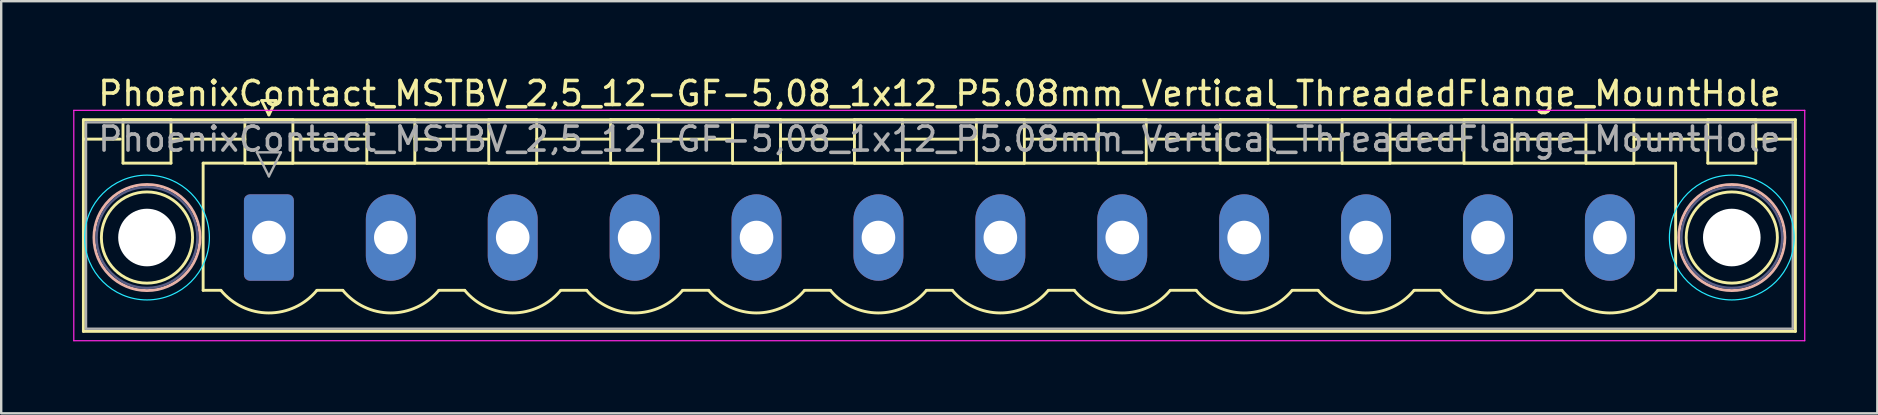
<source format=kicad_pcb>
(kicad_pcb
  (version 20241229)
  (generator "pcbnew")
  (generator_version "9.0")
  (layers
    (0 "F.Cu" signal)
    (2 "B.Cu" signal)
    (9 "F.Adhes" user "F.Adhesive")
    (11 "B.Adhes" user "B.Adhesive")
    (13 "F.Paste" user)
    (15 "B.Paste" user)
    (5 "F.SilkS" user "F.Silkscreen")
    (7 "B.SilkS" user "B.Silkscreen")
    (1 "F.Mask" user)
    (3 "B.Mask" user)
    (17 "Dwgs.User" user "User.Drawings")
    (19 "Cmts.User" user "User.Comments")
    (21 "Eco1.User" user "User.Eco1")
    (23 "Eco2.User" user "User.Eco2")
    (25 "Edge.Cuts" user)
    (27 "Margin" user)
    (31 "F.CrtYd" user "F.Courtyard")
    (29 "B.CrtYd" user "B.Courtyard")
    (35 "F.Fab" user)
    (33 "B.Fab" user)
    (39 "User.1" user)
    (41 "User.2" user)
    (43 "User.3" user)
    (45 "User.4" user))
  (footprint "PhoenixContact_MSTBV_2,5_12-GF-5,08_1x12_P5.08mm_Vertical_ThreadedFlange_MountHole"
    (layer "F.Cu")
    (at 8.155 6.848)
    (property "Reference" "PhoenixContact_MSTBV_2,5_12-GF-5,08_1x12_P5.08mm_Vertical_ThreadedFlange_MountHole" (at 27.94 -6 0) (layer "F.SilkS") (effects (font (size 1 1) (thickness 0.15))))
    (attr through_hole)
    (fp_line (start -7.73 -4.91) (end -7.73 3.91) (stroke (width 0.12) (type solid)) (layer "F.SilkS"))
    (fp_line (start -7.73 -4.1) (end -6.19 -4.1) (stroke (width 0.12) (type solid)) (layer "F.SilkS"))
    (fp_line (start -7.73 3.91) (end 63.61 3.91) (stroke (width 0.12) (type solid)) (layer "F.SilkS"))
    (fp_line (start -6.08 -4.91) (end -4.08 -4.91) (stroke (width 0.12) (type solid)) (layer "F.SilkS"))
    (fp_line (start -6.08 -3.1) (end -6.08 -4.91) (stroke (width 0.12) (type solid)) (layer "F.SilkS"))
    (fp_line (start -4.08 -4.91) (end -4.08 -3.1) (stroke (width 0.12) (type solid)) (layer "F.SilkS"))
    (fp_line (start -4.08 -4.1) (end -1 -4.1) (stroke (width 0.12) (type solid)) (layer "F.SilkS"))
    (fp_line (start -4.08 -3.1) (end -6.08 -3.1) (stroke (width 0.12) (type solid)) (layer "F.SilkS"))
    (fp_line (start -2.74 -3.1) (end 58.62 -3.1) (stroke (width 0.12) (type solid)) (layer "F.SilkS"))
    (fp_line (start -2.74 2.2) (end -2.74 -3.1) (stroke (width 0.12) (type solid)) (layer "F.SilkS"))
    (fp_line (start -2 2.2) (end -2.74 2.2) (stroke (width 0.12) (type solid)) (layer "F.SilkS"))
    (fp_line (start -1 -4.91) (end 1 -4.91) (stroke (width 0.12) (type solid)) (layer "F.SilkS"))
    (fp_line (start -1 -3.1) (end -1 -4.91) (stroke (width 0.12) (type solid)) (layer "F.SilkS"))
    (fp_line (start -0.3 -5.71) (end 0.3 -5.71) (stroke (width 0.12) (type solid)) (layer "F.SilkS"))
    (fp_line (start 0 -5.11) (end -0.3 -5.71) (stroke (width 0.12) (type solid)) (layer "F.SilkS"))
    (fp_line (start 0.3 -5.71) (end 0 -5.11) (stroke (width 0.12) (type solid)) (layer "F.SilkS"))
    (fp_line (start 1 -4.91) (end 1 -3.1) (stroke (width 0.12) (type solid)) (layer "F.SilkS"))
    (fp_line (start 1 -4.1) (end 4.08 -4.1) (stroke (width 0.12) (type solid)) (layer "F.SilkS"))
    (fp_line (start 1 -3.1) (end -1 -3.1) (stroke (width 0.12) (type solid)) (layer "F.SilkS"))
    (fp_line (start 2 2.2) (end 3.08 2.2) (stroke (width 0.12) (type solid)) (layer "F.SilkS"))
    (fp_line (start 4.08 -4.91) (end 6.08 -4.91) (stroke (width 0.12) (type solid)) (layer "F.SilkS"))
    (fp_line (start 4.08 -3.1) (end 4.08 -4.91) (stroke (width 0.12) (type solid)) (layer "F.SilkS"))
    (fp_line (start 6.08 -4.91) (end 6.08 -3.1) (stroke (width 0.12) (type solid)) (layer "F.SilkS"))
    (fp_line (start 6.08 -4.1) (end 9.16 -4.1) (stroke (width 0.12) (type solid)) (layer "F.SilkS"))
    (fp_line (start 6.08 -3.1) (end 4.08 -3.1) (stroke (width 0.12) (type solid)) (layer "F.SilkS"))
    (fp_line (start 7.08 2.2) (end 8.16 2.2) (stroke (width 0.12) (type solid)) (layer "F.SilkS"))
    (fp_line (start 9.16 -4.91) (end 11.16 -4.91) (stroke (width 0.12) (type solid)) (layer "F.SilkS"))
    (fp_line (start 9.16 -3.1) (end 9.16 -4.91) (stroke (width 0.12) (type solid)) (layer "F.SilkS"))
    (fp_line (start 11.16 -4.91) (end 11.16 -3.1) (stroke (width 0.12) (type solid)) (layer "F.SilkS"))
    (fp_line (start 11.16 -4.1) (end 14.24 -4.1) (stroke (width 0.12) (type solid)) (layer "F.SilkS"))
    (fp_line (start 11.16 -3.1) (end 9.16 -3.1) (stroke (width 0.12) (type solid)) (layer "F.SilkS"))
    (fp_line (start 12.16 2.2) (end 13.24 2.2) (stroke (width 0.12) (type solid)) (layer "F.SilkS"))
    (fp_line (start 14.24 -4.91) (end 16.24 -4.91) (stroke (width 0.12) (type solid)) (layer "F.SilkS"))
    (fp_line (start 14.24 -3.1) (end 14.24 -4.91) (stroke (width 0.12) (type solid)) (layer "F.SilkS"))
    (fp_line (start 16.24 -4.91) (end 16.24 -3.1) (stroke (width 0.12) (type solid)) (layer "F.SilkS"))
    (fp_line (start 16.24 -4.1) (end 19.32 -4.1) (stroke (width 0.12) (type solid)) (layer "F.SilkS"))
    (fp_line (start 16.24 -3.1) (end 14.24 -3.1) (stroke (width 0.12) (type solid)) (layer "F.SilkS"))
    (fp_line (start 17.24 2.2) (end 18.32 2.2) (stroke (width 0.12) (type solid)) (layer "F.SilkS"))
    (fp_line (start 19.32 -4.91) (end 21.32 -4.91) (stroke (width 0.12) (type solid)) (layer "F.SilkS"))
    (fp_line (start 19.32 -3.1) (end 19.32 -4.91) (stroke (width 0.12) (type solid)) (layer "F.SilkS"))
    (fp_line (start 21.32 -4.91) (end 21.32 -3.1) (stroke (width 0.12) (type solid)) (layer "F.SilkS"))
    (fp_line (start 21.32 -4.1) (end 24.4 -4.1) (stroke (width 0.12) (type solid)) (layer "F.SilkS"))
    (fp_line (start 21.32 -3.1) (end 19.32 -3.1) (stroke (width 0.12) (type solid)) (layer "F.SilkS"))
    (fp_line (start 22.32 2.2) (end 23.4 2.2) (stroke (width 0.12) (type solid)) (layer "F.SilkS"))
    (fp_line (start 24.4 -4.91) (end 26.4 -4.91) (stroke (width 0.12) (type solid)) (layer "F.SilkS"))
    (fp_line (start 24.4 -3.1) (end 24.4 -4.91) (stroke (width 0.12) (type solid)) (layer "F.SilkS"))
    (fp_line (start 26.4 -4.91) (end 26.4 -3.1) (stroke (width 0.12) (type solid)) (layer "F.SilkS"))
    (fp_line (start 26.4 -4.1) (end 29.48 -4.1) (stroke (width 0.12) (type solid)) (layer "F.SilkS"))
    (fp_line (start 26.4 -3.1) (end 24.4 -3.1) (stroke (width 0.12) (type solid)) (layer "F.SilkS"))
    (fp_line (start 27.4 2.2) (end 28.48 2.2) (stroke (width 0.12) (type solid)) (layer "F.SilkS"))
    (fp_line (start 29.48 -4.91) (end 31.48 -4.91) (stroke (width 0.12) (type solid)) (layer "F.SilkS"))
    (fp_line (start 29.48 -3.1) (end 29.48 -4.91) (stroke (width 0.12) (type solid)) (layer "F.SilkS"))
    (fp_line (start 31.48 -4.91) (end 31.48 -3.1) (stroke (width 0.12) (type solid)) (layer "F.SilkS"))
    (fp_line (start 31.48 -4.1) (end 34.56 -4.1) (stroke (width 0.12) (type solid)) (layer "F.SilkS"))
    (fp_line (start 31.48 -3.1) (end 29.48 -3.1) (stroke (width 0.12) (type solid)) (layer "F.SilkS"))
    (fp_line (start 32.48 2.2) (end 33.56 2.2) (stroke (width 0.12) (type solid)) (layer "F.SilkS"))
    (fp_line (start 34.56 -4.91) (end 36.56 -4.91) (stroke (width 0.12) (type solid)) (layer "F.SilkS"))
    (fp_line (start 34.56 -3.1) (end 34.56 -4.91) (stroke (width 0.12) (type solid)) (layer "F.SilkS"))
    (fp_line (start 36.56 -4.91) (end 36.56 -3.1) (stroke (width 0.12) (type solid)) (layer "F.SilkS"))
    (fp_line (start 36.56 -4.1) (end 39.64 -4.1) (stroke (width 0.12) (type solid)) (layer "F.SilkS"))
    (fp_line (start 36.56 -3.1) (end 34.56 -3.1) (stroke (width 0.12) (type solid)) (layer "F.SilkS"))
    (fp_line (start 37.56 2.2) (end 38.64 2.2) (stroke (width 0.12) (type solid)) (layer "F.SilkS"))
    (fp_line (start 39.64 -4.91) (end 41.64 -4.91) (stroke (width 0.12) (type solid)) (layer "F.SilkS"))
    (fp_line (start 39.64 -3.1) (end 39.64 -4.91) (stroke (width 0.12) (type solid)) (layer "F.SilkS"))
    (fp_line (start 41.64 -4.91) (end 41.64 -3.1) (stroke (width 0.12) (type solid)) (layer "F.SilkS"))
    (fp_line (start 41.64 -4.1) (end 44.72 -4.1) (stroke (width 0.12) (type solid)) (layer "F.SilkS"))
    (fp_line (start 41.64 -3.1) (end 39.64 -3.1) (stroke (width 0.12) (type solid)) (layer "F.SilkS"))
    (fp_line (start 42.64 2.2) (end 43.72 2.2) (stroke (width 0.12) (type solid)) (layer "F.SilkS"))
    (fp_line (start 44.72 -4.91) (end 46.72 -4.91) (stroke (width 0.12) (type solid)) (layer "F.SilkS"))
    (fp_line (start 44.72 -3.1) (end 44.72 -4.91) (stroke (width 0.12) (type solid)) (layer "F.SilkS"))
    (fp_line (start 46.72 -4.91) (end 46.72 -3.1) (stroke (width 0.12) (type solid)) (layer "F.SilkS"))
    (fp_line (start 46.72 -4.1) (end 49.8 -4.1) (stroke (width 0.12) (type solid)) (layer "F.SilkS"))
    (fp_line (start 46.72 -3.1) (end 44.72 -3.1) (stroke (width 0.12) (type solid)) (layer "F.SilkS"))
    (fp_line (start 47.72 2.2) (end 48.8 2.2) (stroke (width 0.12) (type solid)) (layer "F.SilkS"))
    (fp_line (start 49.8 -4.91) (end 51.8 -4.91) (stroke (width 0.12) (type solid)) (layer "F.SilkS"))
    (fp_line (start 49.8 -3.1) (end 49.8 -4.91) (stroke (width 0.12) (type solid)) (layer "F.SilkS"))
    (fp_line (start 51.8 -4.91) (end 51.8 -3.1) (stroke (width 0.12) (type solid)) (layer "F.SilkS"))
    (fp_line (start 51.8 -4.1) (end 54.88 -4.1) (stroke (width 0.12) (type solid)) (layer "F.SilkS"))
    (fp_line (start 51.8 -3.1) (end 49.8 -3.1) (stroke (width 0.12) (type solid)) (layer "F.SilkS"))
    (fp_line (start 52.8 2.2) (end 53.88 2.2) (stroke (width 0.12) (type solid)) (layer "F.SilkS"))
    (fp_line (start 54.88 -4.91) (end 56.88 -4.91) (stroke (width 0.12) (type solid)) (layer "F.SilkS"))
    (fp_line (start 54.88 -3.1) (end 54.88 -4.91) (stroke (width 0.12) (type solid)) (layer "F.SilkS"))
    (fp_line (start 56.88 -4.91) (end 56.88 -3.1) (stroke (width 0.12) (type solid)) (layer "F.SilkS"))
    (fp_line (start 56.88 -4.1) (end 59.96 -4.1) (stroke (width 0.12) (type solid)) (layer "F.SilkS"))
    (fp_line (start 56.88 -3.1) (end 54.88 -3.1) (stroke (width 0.12) (type solid)) (layer "F.SilkS"))
    (fp_line (start 58.62 -3.1) (end 58.62 2.2) (stroke (width 0.12) (type solid)) (layer "F.SilkS"))
    (fp_line (start 58.62 2.2) (end 57.88 2.2) (stroke (width 0.12) (type solid)) (layer "F.SilkS"))
    (fp_line (start 59.96 -4.91) (end 61.96 -4.91) (stroke (width 0.12) (type solid)) (layer "F.SilkS"))
    (fp_line (start 59.96 -3.1) (end 59.96 -4.91) (stroke (width 0.12) (type solid)) (layer "F.SilkS"))
    (fp_line (start 61.96 -4.91) (end 61.96 -3.1) (stroke (width 0.12) (type solid)) (layer "F.SilkS"))
    (fp_line (start 61.96 -3.1) (end 59.96 -3.1) (stroke (width 0.12) (type solid)) (layer "F.SilkS"))
    (fp_line (start 63.61 -4.91) (end -7.73 -4.91) (stroke (width 0.12) (type solid)) (layer "F.SilkS"))
    (fp_line (start 63.61 -4.1) (end 62.07 -4.1) (stroke (width 0.12) (type solid)) (layer "F.SilkS"))
    (fp_line (start 63.61 3.91) (end 63.61 -4.91) (stroke (width 0.12) (type solid)) (layer "F.SilkS"))
    (fp_arc (start 1.986842 2.215821) (mid -0.010289 3.142758) (end -2 2.2) (stroke (width 0.12) (type solid)) (layer "F.SilkS"))
    (fp_arc (start 7.066842 2.215821) (mid 5.069711 3.142758) (end 3.08 2.2) (stroke (width 0.12) (type solid)) (layer "F.SilkS"))
    (fp_arc (start 12.146842 2.215821) (mid 10.149711 3.142758) (end 8.16 2.2) (stroke (width 0.12) (type solid)) (layer "F.SilkS"))
    (fp_arc (start 17.226842 2.215821) (mid 15.229711 3.142758) (end 13.24 2.2) (stroke (width 0.12) (type solid)) (layer "F.SilkS"))
    (fp_arc (start 22.306842 2.215821) (mid 20.309711 3.142758) (end 18.32 2.2) (stroke (width 0.12) (type solid)) (layer "F.SilkS"))
    (fp_arc (start 27.386842 2.215821) (mid 25.389711 3.142758) (end 23.4 2.2) (stroke (width 0.12) (type solid)) (layer "F.SilkS"))
    (fp_arc (start 32.466842 2.215821) (mid 30.469711 3.142758) (end 28.48 2.2) (stroke (width 0.12) (type solid)) (layer "F.SilkS"))
    (fp_arc (start 37.546842 2.215821) (mid 35.549711 3.142758) (end 33.56 2.2) (stroke (width 0.12) (type solid)) (layer "F.SilkS"))
    (fp_arc (start 42.626842 2.215821) (mid 40.629711 3.142758) (end 38.64 2.2) (stroke (width 0.12) (type solid)) (layer "F.SilkS"))
    (fp_arc (start 47.706842 2.215821) (mid 45.709711 3.142758) (end 43.72 2.2) (stroke (width 0.12) (type solid)) (layer "F.SilkS"))
    (fp_arc (start 52.786842 2.215821) (mid 50.789711 3.142758) (end 48.8 2.2) (stroke (width 0.12) (type solid)) (layer "F.SilkS"))
    (fp_arc (start 57.866842 2.215821) (mid 55.869711 3.142758) (end 53.88 2.2) (stroke (width 0.12) (type solid)) (layer "F.SilkS"))
    (fp_circle (center -5.08 0) (end -3.18 0) (stroke (width 0.12) (type solid)) (fill no) (layer "F.SilkS"))
    (fp_circle (center 60.96 0) (end 62.86 0) (stroke (width 0.12) (type solid)) (fill no) (layer "F.SilkS"))
    (fp_circle (center -5.08 0) (end -2.87 0) (stroke (width 0.12) (type solid)) (fill no) (layer "B.SilkS"))
    (fp_circle (center 60.96 0) (end 63.17 0) (stroke (width 0.12) (type solid)) (fill no) (layer "B.SilkS"))
    (fp_circle (center -5.08 0) (end -2.48 0) (stroke (width 0.05) (type solid)) (fill no) (layer "B.CrtYd"))
    (fp_circle (center 60.96 0) (end 63.56 0) (stroke (width 0.05) (type solid)) (fill no) (layer "B.CrtYd"))
    (fp_line (start -8.13 -5.3) (end -8.13 4.3) (stroke (width 0.05) (type solid)) (layer "F.CrtYd"))
    (fp_line (start -8.13 4.3) (end 64 4.3) (stroke (width 0.05) (type solid)) (layer "F.CrtYd"))
    (fp_line (start 64 -5.3) (end -8.13 -5.3) (stroke (width 0.05) (type solid)) (layer "F.CrtYd"))
    (fp_line (start 64 4.3) (end 64 -5.3) (stroke (width 0.05) (type solid)) (layer "F.CrtYd"))
    (fp_circle (center -5.08 0) (end -2.98 0) (stroke (width 0.1) (type solid)) (fill no) (layer "B.Fab"))
    (fp_circle (center 60.96 0) (end 63.06 0) (stroke (width 0.1) (type solid)) (fill no) (layer "B.Fab"))
    (fp_line (start -7.62 -4.8) (end -7.62 3.8) (stroke (width 0.1) (type solid)) (layer "F.Fab"))
    (fp_line (start -7.62 3.8) (end 63.5 3.8) (stroke (width 0.1) (type solid)) (layer "F.Fab"))
    (fp_line (start -0.5 -3.55) (end 0.5 -3.55) (stroke (width 0.1) (type solid)) (layer "F.Fab"))
    (fp_line (start 0 -2.55) (end -0.5 -3.55) (stroke (width 0.1) (type solid)) (layer "F.Fab"))
    (fp_line (start 0.5 -3.55) (end 0 -2.55) (stroke (width 0.1) (type solid)) (layer "F.Fab"))
    (fp_line (start 63.5 -4.8) (end -7.62 -4.8) (stroke (width 0.1) (type solid)) (layer "F.Fab"))
    (fp_line (start 63.5 3.8) (end 63.5 -4.8) (stroke (width 0.1) (type solid)) (layer "F.Fab"))
    (fp_text user "${REFERENCE}" (at 27.94 -4.1 0) (layer "F.Fab") (effects (font (size 1 1) (thickness 0.15))))
    (pad "" np_thru_hole circle (at -5.08 0) (size 2.4 2.4) (drill 2.4) (layers "*.Cu" "*.Mask"))
    (pad "" np_thru_hole circle (at 60.96 0) (size 2.4 2.4) (drill 2.4) (layers "*.Cu" "*.Mask"))
    (pad "1" thru_hole roundrect (at 0 0) (size 2.08 3.6) (drill 1.4) (layers "*.Cu" "*.Mask") (roundrect_rratio 0.12))
    (pad "2" thru_hole oval (at 5.08 0) (size 2.08 3.6) (drill 1.4) (layers "*.Cu" "*.Mask"))
    (pad "3" thru_hole oval (at 10.16 0) (size 2.08 3.6) (drill 1.4) (layers "*.Cu" "*.Mask"))
    (pad "4" thru_hole oval (at 15.24 0) (size 2.08 3.6) (drill 1.4) (layers "*.Cu" "*.Mask"))
    (pad "5" thru_hole oval (at 20.32 0) (size 2.08 3.6) (drill 1.4) (layers "*.Cu" "*.Mask"))
    (pad "6" thru_hole oval (at 25.4 0) (size 2.08 3.6) (drill 1.4) (layers "*.Cu" "*.Mask"))
    (pad "7" thru_hole oval (at 30.48 0) (size 2.08 3.6) (drill 1.4) (layers "*.Cu" "*.Mask"))
    (pad "8" thru_hole oval (at 35.56 0) (size 2.08 3.6) (drill 1.4) (layers "*.Cu" "*.Mask"))
    (pad "9" thru_hole oval (at 40.64 0) (size 2.08 3.6) (drill 1.4) (layers "*.Cu" "*.Mask"))
    (pad "10" thru_hole oval (at 45.72 0) (size 2.08 3.6) (drill 1.4) (layers "*.Cu" "*.Mask"))
    (pad "11" thru_hole oval (at 50.8 0) (size 2.08 3.6) (drill 1.4) (layers "*.Cu" "*.Mask"))
    (pad "12" thru_hole oval (at 55.88 0) (size 2.08 3.6) (drill 1.4) (layers "*.Cu" "*.Mask")))
  (gr_rect
    (start -3 -3)
    (end 75.18 14.173)
    (stroke (width 0.1) (type default))
    (fill no)
    (layer "Edge.Cuts")))
</source>
